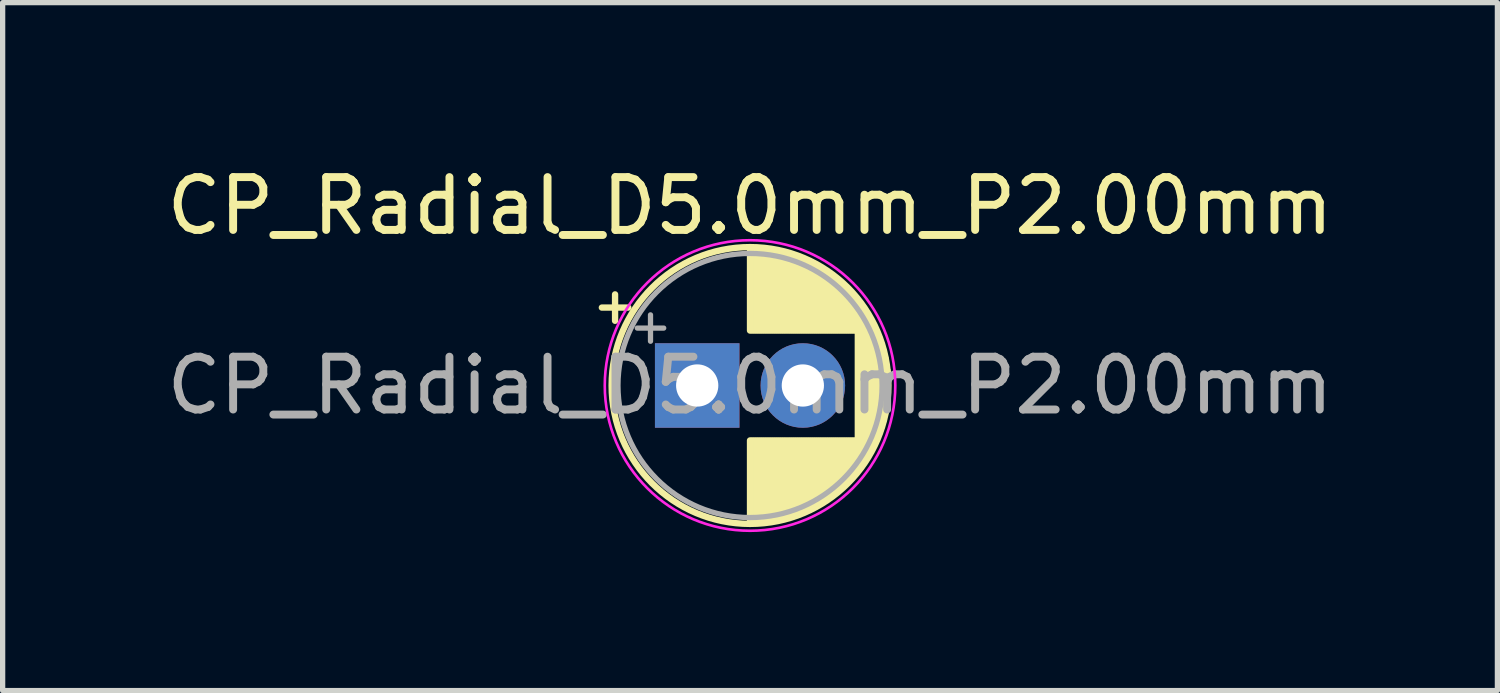
<source format=kicad_pcb>
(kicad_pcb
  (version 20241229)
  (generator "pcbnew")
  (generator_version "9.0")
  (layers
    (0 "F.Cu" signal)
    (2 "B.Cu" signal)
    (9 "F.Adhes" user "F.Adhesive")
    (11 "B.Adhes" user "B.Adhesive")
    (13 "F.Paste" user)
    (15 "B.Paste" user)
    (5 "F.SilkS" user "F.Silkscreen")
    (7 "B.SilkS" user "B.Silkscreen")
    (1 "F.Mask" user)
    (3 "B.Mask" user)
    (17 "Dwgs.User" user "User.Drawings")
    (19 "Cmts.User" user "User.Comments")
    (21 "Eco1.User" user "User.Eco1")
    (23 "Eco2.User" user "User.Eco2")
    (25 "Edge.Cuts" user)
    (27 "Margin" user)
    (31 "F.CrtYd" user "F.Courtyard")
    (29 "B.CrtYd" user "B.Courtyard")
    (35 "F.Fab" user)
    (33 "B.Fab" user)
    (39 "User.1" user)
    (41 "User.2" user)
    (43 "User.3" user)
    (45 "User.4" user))
  (footprint "CP_Radial_D5.0mm_P2.00mm"
    (layer "F.Cu")
    (at 10.149 4.248)
    (property "Reference" "CP_Radial_D5.0mm_P2.00mm" (at 1 -3.4 0) (layer "F.SilkS") (effects (font (size 1 1) (thickness 0.15))))
    (attr through_hole)
    (fp_line (start -1.805 -1.475) (end -1.305 -1.475) (stroke (width 0.12) (type solid)) (layer "F.SilkS"))
    (fp_line (start -1.555 -1.725) (end -1.555 -1.225) (stroke (width 0.12) (type solid)) (layer "F.SilkS"))
    (fp_line (start 1 -2.58) (end 1 -1.04) (stroke (width 0.12) (type solid)) (layer "F.SilkS"))
    (fp_line (start 1 1.04) (end 1 2.58) (stroke (width 0.12) (type solid)) (layer "F.SilkS"))
    (fp_line (start 1.04 -2.58) (end 1.04 -1.04) (stroke (width 0.12) (type solid)) (layer "F.SilkS"))
    (fp_line (start 1.04 1.04) (end 1.04 2.58) (stroke (width 0.12) (type solid)) (layer "F.SilkS"))
    (fp_line (start 1.08 -2.579) (end 1.08 -1.04) (stroke (width 0.12) (type solid)) (layer "F.SilkS"))
    (fp_line (start 1.08 1.04) (end 1.08 2.579) (stroke (width 0.12) (type solid)) (layer "F.SilkS"))
    (fp_line (start 1.12 -2.578) (end 1.12 -1.04) (stroke (width 0.12) (type solid)) (layer "F.SilkS"))
    (fp_line (start 1.12 1.04) (end 1.12 2.578) (stroke (width 0.12) (type solid)) (layer "F.SilkS"))
    (fp_line (start 1.16 -2.576) (end 1.16 -1.04) (stroke (width 0.12) (type solid)) (layer "F.SilkS"))
    (fp_line (start 1.16 1.04) (end 1.16 2.576) (stroke (width 0.12) (type solid)) (layer "F.SilkS"))
    (fp_line (start 1.2 -2.573) (end 1.2 -1.04) (stroke (width 0.12) (type solid)) (layer "F.SilkS"))
    (fp_line (start 1.2 1.04) (end 1.2 2.573) (stroke (width 0.12) (type solid)) (layer "F.SilkS"))
    (fp_line (start 1.24 -2.569) (end 1.24 -1.04) (stroke (width 0.12) (type solid)) (layer "F.SilkS"))
    (fp_line (start 1.24 1.04) (end 1.24 2.569) (stroke (width 0.12) (type solid)) (layer "F.SilkS"))
    (fp_line (start 1.28 -2.565) (end 1.28 -1.04) (stroke (width 0.12) (type solid)) (layer "F.SilkS"))
    (fp_line (start 1.28 1.04) (end 1.28 2.565) (stroke (width 0.12) (type solid)) (layer "F.SilkS"))
    (fp_line (start 1.32 -2.561) (end 1.32 -1.04) (stroke (width 0.12) (type solid)) (layer "F.SilkS"))
    (fp_line (start 1.32 1.04) (end 1.32 2.561) (stroke (width 0.12) (type solid)) (layer "F.SilkS"))
    (fp_line (start 1.36 -2.556) (end 1.36 -1.04) (stroke (width 0.12) (type solid)) (layer "F.SilkS"))
    (fp_line (start 1.36 1.04) (end 1.36 2.556) (stroke (width 0.12) (type solid)) (layer "F.SilkS"))
    (fp_line (start 1.4 -2.55) (end 1.4 -1.04) (stroke (width 0.12) (type solid)) (layer "F.SilkS"))
    (fp_line (start 1.4 1.04) (end 1.4 2.55) (stroke (width 0.12) (type solid)) (layer "F.SilkS"))
    (fp_line (start 1.44 -2.543) (end 1.44 -1.04) (stroke (width 0.12) (type solid)) (layer "F.SilkS"))
    (fp_line (start 1.44 1.04) (end 1.44 2.543) (stroke (width 0.12) (type solid)) (layer "F.SilkS"))
    (fp_line (start 1.48 -2.536) (end 1.48 -1.04) (stroke (width 0.12) (type solid)) (layer "F.SilkS"))
    (fp_line (start 1.48 1.04) (end 1.48 2.536) (stroke (width 0.12) (type solid)) (layer "F.SilkS"))
    (fp_line (start 1.52 -2.528) (end 1.52 -1.04) (stroke (width 0.12) (type solid)) (layer "F.SilkS"))
    (fp_line (start 1.52 1.04) (end 1.52 2.528) (stroke (width 0.12) (type solid)) (layer "F.SilkS"))
    (fp_line (start 1.56 -2.52) (end 1.56 -1.04) (stroke (width 0.12) (type solid)) (layer "F.SilkS"))
    (fp_line (start 1.56 1.04) (end 1.56 2.52) (stroke (width 0.12) (type solid)) (layer "F.SilkS"))
    (fp_line (start 1.6 -2.511) (end 1.6 -1.04) (stroke (width 0.12) (type solid)) (layer "F.SilkS"))
    (fp_line (start 1.6 1.04) (end 1.6 2.511) (stroke (width 0.12) (type solid)) (layer "F.SilkS"))
    (fp_line (start 1.64 -2.501) (end 1.64 -1.04) (stroke (width 0.12) (type solid)) (layer "F.SilkS"))
    (fp_line (start 1.64 1.04) (end 1.64 2.501) (stroke (width 0.12) (type solid)) (layer "F.SilkS"))
    (fp_line (start 1.68 -2.491) (end 1.68 -1.04) (stroke (width 0.12) (type solid)) (layer "F.SilkS"))
    (fp_line (start 1.68 1.04) (end 1.68 2.491) (stroke (width 0.12) (type solid)) (layer "F.SilkS"))
    (fp_line (start 1.721 -2.48) (end 1.721 -1.04) (stroke (width 0.12) (type solid)) (layer "F.SilkS"))
    (fp_line (start 1.721 1.04) (end 1.721 2.48) (stroke (width 0.12) (type solid)) (layer "F.SilkS"))
    (fp_line (start 1.761 -2.468) (end 1.761 -1.04) (stroke (width 0.12) (type solid)) (layer "F.SilkS"))
    (fp_line (start 1.761 1.04) (end 1.761 2.468) (stroke (width 0.12) (type solid)) (layer "F.SilkS"))
    (fp_line (start 1.801 -2.455) (end 1.801 -1.04) (stroke (width 0.12) (type solid)) (layer "F.SilkS"))
    (fp_line (start 1.801 1.04) (end 1.801 2.455) (stroke (width 0.12) (type solid)) (layer "F.SilkS"))
    (fp_line (start 1.841 -2.442) (end 1.841 -1.04) (stroke (width 0.12) (type solid)) (layer "F.SilkS"))
    (fp_line (start 1.841 1.04) (end 1.841 2.442) (stroke (width 0.12) (type solid)) (layer "F.SilkS"))
    (fp_line (start 1.881 -2.428) (end 1.881 -1.04) (stroke (width 0.12) (type solid)) (layer "F.SilkS"))
    (fp_line (start 1.881 1.04) (end 1.881 2.428) (stroke (width 0.12) (type solid)) (layer "F.SilkS"))
    (fp_line (start 1.921 -2.414) (end 1.921 -1.04) (stroke (width 0.12) (type solid)) (layer "F.SilkS"))
    (fp_line (start 1.921 1.04) (end 1.921 2.414) (stroke (width 0.12) (type solid)) (layer "F.SilkS"))
    (fp_line (start 1.961 -2.398) (end 1.961 -1.04) (stroke (width 0.12) (type solid)) (layer "F.SilkS"))
    (fp_line (start 1.961 1.04) (end 1.961 2.398) (stroke (width 0.12) (type solid)) (layer "F.SilkS"))
    (fp_line (start 2.001 -2.382) (end 2.001 -1.04) (stroke (width 0.12) (type solid)) (layer "F.SilkS"))
    (fp_line (start 2.001 1.04) (end 2.001 2.382) (stroke (width 0.12) (type solid)) (layer "F.SilkS"))
    (fp_line (start 2.041 -2.365) (end 2.041 -1.04) (stroke (width 0.12) (type solid)) (layer "F.SilkS"))
    (fp_line (start 2.041 1.04) (end 2.041 2.365) (stroke (width 0.12) (type solid)) (layer "F.SilkS"))
    (fp_line (start 2.081 -2.348) (end 2.081 -1.04) (stroke (width 0.12) (type solid)) (layer "F.SilkS"))
    (fp_line (start 2.081 1.04) (end 2.081 2.348) (stroke (width 0.12) (type solid)) (layer "F.SilkS"))
    (fp_line (start 2.121 -2.329) (end 2.121 -1.04) (stroke (width 0.12) (type solid)) (layer "F.SilkS"))
    (fp_line (start 2.121 1.04) (end 2.121 2.329) (stroke (width 0.12) (type solid)) (layer "F.SilkS"))
    (fp_line (start 2.161 -2.31) (end 2.161 -1.04) (stroke (width 0.12) (type solid)) (layer "F.SilkS"))
    (fp_line (start 2.161 1.04) (end 2.161 2.31) (stroke (width 0.12) (type solid)) (layer "F.SilkS"))
    (fp_line (start 2.201 -2.29) (end 2.201 -1.04) (stroke (width 0.12) (type solid)) (layer "F.SilkS"))
    (fp_line (start 2.201 1.04) (end 2.201 2.29) (stroke (width 0.12) (type solid)) (layer "F.SilkS"))
    (fp_line (start 2.241 -2.268) (end 2.241 -1.04) (stroke (width 0.12) (type solid)) (layer "F.SilkS"))
    (fp_line (start 2.241 1.04) (end 2.241 2.268) (stroke (width 0.12) (type solid)) (layer "F.SilkS"))
    (fp_line (start 2.281 -2.247) (end 2.281 -1.04) (stroke (width 0.12) (type solid)) (layer "F.SilkS"))
    (fp_line (start 2.281 1.04) (end 2.281 2.247) (stroke (width 0.12) (type solid)) (layer "F.SilkS"))
    (fp_line (start 2.321 -2.224) (end 2.321 -1.04) (stroke (width 0.12) (type solid)) (layer "F.SilkS"))
    (fp_line (start 2.321 1.04) (end 2.321 2.224) (stroke (width 0.12) (type solid)) (layer "F.SilkS"))
    (fp_line (start 2.361 -2.2) (end 2.361 -1.04) (stroke (width 0.12) (type solid)) (layer "F.SilkS"))
    (fp_line (start 2.361 1.04) (end 2.361 2.2) (stroke (width 0.12) (type solid)) (layer "F.SilkS"))
    (fp_line (start 2.401 -2.175) (end 2.401 -1.04) (stroke (width 0.12) (type solid)) (layer "F.SilkS"))
    (fp_line (start 2.401 1.04) (end 2.401 2.175) (stroke (width 0.12) (type solid)) (layer "F.SilkS"))
    (fp_line (start 2.441 -2.149) (end 2.441 -1.04) (stroke (width 0.12) (type solid)) (layer "F.SilkS"))
    (fp_line (start 2.441 1.04) (end 2.441 2.149) (stroke (width 0.12) (type solid)) (layer "F.SilkS"))
    (fp_line (start 2.481 -2.122) (end 2.481 -1.04) (stroke (width 0.12) (type solid)) (layer "F.SilkS"))
    (fp_line (start 2.481 1.04) (end 2.481 2.122) (stroke (width 0.12) (type solid)) (layer "F.SilkS"))
    (fp_line (start 2.521 -2.095) (end 2.521 -1.04) (stroke (width 0.12) (type solid)) (layer "F.SilkS"))
    (fp_line (start 2.521 1.04) (end 2.521 2.095) (stroke (width 0.12) (type solid)) (layer "F.SilkS"))
    (fp_line (start 2.561 -2.065) (end 2.561 -1.04) (stroke (width 0.12) (type solid)) (layer "F.SilkS"))
    (fp_line (start 2.561 1.04) (end 2.561 2.065) (stroke (width 0.12) (type solid)) (layer "F.SilkS"))
    (fp_line (start 2.601 -2.035) (end 2.601 -1.04) (stroke (width 0.12) (type solid)) (layer "F.SilkS"))
    (fp_line (start 2.601 1.04) (end 2.601 2.035) (stroke (width 0.12) (type solid)) (layer "F.SilkS"))
    (fp_line (start 2.641 -2.004) (end 2.641 -1.04) (stroke (width 0.12) (type solid)) (layer "F.SilkS"))
    (fp_line (start 2.641 1.04) (end 2.641 2.004) (stroke (width 0.12) (type solid)) (layer "F.SilkS"))
    (fp_line (start 2.681 -1.971) (end 2.681 -1.04) (stroke (width 0.12) (type solid)) (layer "F.SilkS"))
    (fp_line (start 2.681 1.04) (end 2.681 1.971) (stroke (width 0.12) (type solid)) (layer "F.SilkS"))
    (fp_line (start 2.721 -1.937) (end 2.721 -1.04) (stroke (width 0.12) (type solid)) (layer "F.SilkS"))
    (fp_line (start 2.721 1.04) (end 2.721 1.937) (stroke (width 0.12) (type solid)) (layer "F.SilkS"))
    (fp_line (start 2.761 -1.901) (end 2.761 -1.04) (stroke (width 0.12) (type solid)) (layer "F.SilkS"))
    (fp_line (start 2.761 1.04) (end 2.761 1.901) (stroke (width 0.12) (type solid)) (layer "F.SilkS"))
    (fp_line (start 2.801 -1.864) (end 2.801 -1.04) (stroke (width 0.12) (type solid)) (layer "F.SilkS"))
    (fp_line (start 2.801 1.04) (end 2.801 1.864) (stroke (width 0.12) (type solid)) (layer "F.SilkS"))
    (fp_line (start 2.841 -1.826) (end 2.841 -1.04) (stroke (width 0.12) (type solid)) (layer "F.SilkS"))
    (fp_line (start 2.841 1.04) (end 2.841 1.826) (stroke (width 0.12) (type solid)) (layer "F.SilkS"))
    (fp_line (start 2.881 -1.785) (end 2.881 -1.04) (stroke (width 0.12) (type solid)) (layer "F.SilkS"))
    (fp_line (start 2.881 1.04) (end 2.881 1.785) (stroke (width 0.12) (type solid)) (layer "F.SilkS"))
    (fp_line (start 2.921 -1.743) (end 2.921 -1.04) (stroke (width 0.12) (type solid)) (layer "F.SilkS"))
    (fp_line (start 2.921 1.04) (end 2.921 1.743) (stroke (width 0.12) (type solid)) (layer "F.SilkS"))
    (fp_line (start 2.961 -1.699) (end 2.961 -1.04) (stroke (width 0.12) (type solid)) (layer "F.SilkS"))
    (fp_line (start 2.961 1.04) (end 2.961 1.699) (stroke (width 0.12) (type solid)) (layer "F.SilkS"))
    (fp_line (start 3.001 -1.653) (end 3.001 -1.04) (stroke (width 0.12) (type solid)) (layer "F.SilkS"))
    (fp_line (start 3.001 1.04) (end 3.001 1.653) (stroke (width 0.12) (type solid)) (layer "F.SilkS"))
    (fp_line (start 3.041 -1.605) (end 3.041 1.605) (stroke (width 0.12) (type solid)) (layer "F.SilkS"))
    (fp_line (start 3.081 -1.554) (end 3.081 1.554) (stroke (width 0.12) (type solid)) (layer "F.SilkS"))
    (fp_line (start 3.121 -1.5) (end 3.121 1.5) (stroke (width 0.12) (type solid)) (layer "F.SilkS"))
    (fp_line (start 3.161 -1.443) (end 3.161 1.443) (stroke (width 0.12) (type solid)) (layer "F.SilkS"))
    (fp_line (start 3.201 -1.383) (end 3.201 1.383) (stroke (width 0.12) (type solid)) (layer "F.SilkS"))
    (fp_line (start 3.241 -1.319) (end 3.241 1.319) (stroke (width 0.12) (type solid)) (layer "F.SilkS"))
    (fp_line (start 3.281 -1.251) (end 3.281 1.251) (stroke (width 0.12) (type solid)) (layer "F.SilkS"))
    (fp_line (start 3.321 -1.178) (end 3.321 1.178) (stroke (width 0.12) (type solid)) (layer "F.SilkS"))
    (fp_line (start 3.361 -1.098) (end 3.361 1.098) (stroke (width 0.12) (type solid)) (layer "F.SilkS"))
    (fp_line (start 3.401 -1.011) (end 3.401 1.011) (stroke (width 0.12) (type solid)) (layer "F.SilkS"))
    (fp_line (start 3.441 -0.915) (end 3.441 0.915) (stroke (width 0.12) (type solid)) (layer "F.SilkS"))
    (fp_line (start 3.481 -0.805) (end 3.481 0.805) (stroke (width 0.12) (type solid)) (layer "F.SilkS"))
    (fp_line (start 3.521 -0.677) (end 3.521 0.677) (stroke (width 0.12) (type solid)) (layer "F.SilkS"))
    (fp_line (start 3.561 -0.518) (end 3.561 0.518) (stroke (width 0.12) (type solid)) (layer "F.SilkS"))
    (fp_line (start 3.601 -0.284) (end 3.601 0.284) (stroke (width 0.12) (type solid)) (layer "F.SilkS"))
    (fp_circle (center 1 0) (end 3.62 0) (stroke (width 0.12) (type solid)) (fill no) (layer "F.SilkS"))
    (fp_circle (center 1 0) (end 3.75 0) (stroke (width 0.05) (type solid)) (fill no) (layer "F.CrtYd"))
    (fp_line (start -1.134 -1.087) (end -0.634 -1.087) (stroke (width 0.1) (type solid)) (layer "F.Fab"))
    (fp_line (start -0.884 -1.337) (end -0.884 -0.838) (stroke (width 0.1) (type solid)) (layer "F.Fab"))
    (fp_circle (center 1 0) (end 3.5 0) (stroke (width 0.1) (type solid)) (fill no) (layer "F.Fab"))
    (fp_text user "${REFERENCE}" (at 1 0 0) (layer "F.Fab") (effects (font (size 1 1) (thickness 0.15))))
    (pad "1" thru_hole rect (at 0 0) (size 1.6 1.6) (drill 0.8) (layers "*.Cu" "*.Mask"))
    (pad "2" thru_hole circle (at 2 0) (size 1.6 1.6) (drill 0.8) (layers "*.Cu" "*.Mask")))
  (gr_rect
    (start -3 -3)
    (end 25.298 10.023)
    (stroke (width 0.1) (type default))
    (fill no)
    (layer "Edge.Cuts")))
</source>
